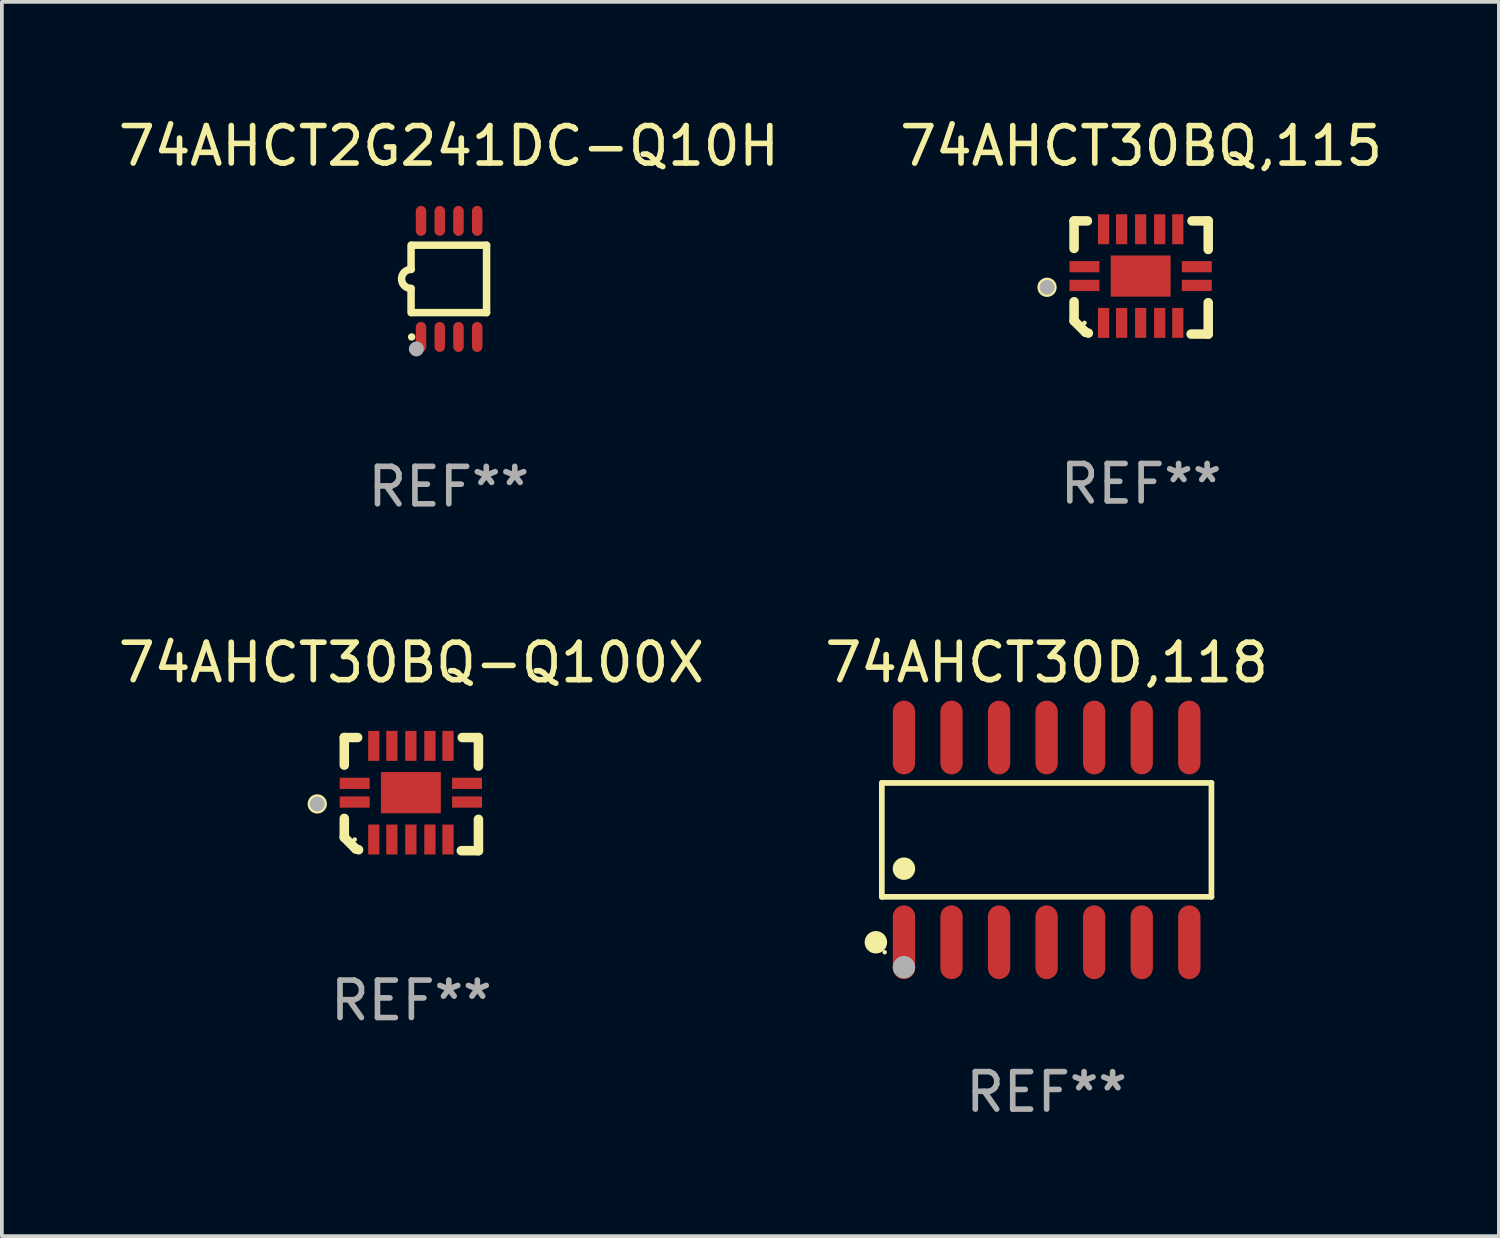
<source format=kicad_pcb>
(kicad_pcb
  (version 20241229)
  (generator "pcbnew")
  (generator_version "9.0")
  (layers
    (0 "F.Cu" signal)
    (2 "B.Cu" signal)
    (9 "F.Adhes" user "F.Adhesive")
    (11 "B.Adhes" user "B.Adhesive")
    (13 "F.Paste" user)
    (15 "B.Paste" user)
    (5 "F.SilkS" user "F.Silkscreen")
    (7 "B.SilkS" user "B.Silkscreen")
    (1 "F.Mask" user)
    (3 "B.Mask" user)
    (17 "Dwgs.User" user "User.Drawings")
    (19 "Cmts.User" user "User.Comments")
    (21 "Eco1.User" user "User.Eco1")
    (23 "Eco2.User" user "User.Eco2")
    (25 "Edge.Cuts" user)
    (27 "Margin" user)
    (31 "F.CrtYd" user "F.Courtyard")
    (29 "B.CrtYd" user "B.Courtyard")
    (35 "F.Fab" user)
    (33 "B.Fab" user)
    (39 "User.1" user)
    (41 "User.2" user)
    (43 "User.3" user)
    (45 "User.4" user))
  (footprint "74AHCT30BQ,115"
    (layer "F.Cu")
    (at 27.423 4.36)
    (property "Reference" "74AHCT30BQ,115" (at 0 -3.511 0) (layer "F.SilkS") (effects (font (size 1 1) (thickness 0.15))))
    (attr through_hole)
    (fp_line (start -1.791 -1.511) (end -1.435 -1.511) (stroke (width 0.254) (type solid)) (layer "F.SilkS"))
    (fp_line (start -1.791 -0.775) (end -1.791 -1.511) (stroke (width 0.254) (type solid)) (layer "F.SilkS"))
    (fp_line (start -1.791 1.156) (end -1.791 0.648) (stroke (width 0.254) (type solid)) (layer "F.SilkS"))
    (fp_line (start -1.486 1.461) (end -1.791 1.156) (stroke (width 0.254) (type solid)) (layer "F.SilkS"))
    (fp_line (start -1.41 1.486) (end -1.486 1.461) (stroke (width 0.254) (type solid)) (layer "F.SilkS"))
    (fp_line (start 1.334 1.511) (end 1.791 1.511) (stroke (width 0.254) (type solid)) (layer "F.SilkS"))
    (fp_line (start 1.791 -1.511) (end 1.359 -1.511) (stroke (width 0.254) (type solid)) (layer "F.SilkS"))
    (fp_line (start 1.791 -0.749) (end 1.791 -1.511) (stroke (width 0.254) (type solid)) (layer "F.SilkS"))
    (fp_line (start 1.791 1.511) (end 1.791 0.673) (stroke (width 0.254) (type solid)) (layer "F.SilkS"))
    (fp_circle (center -2.513 0.262) (end -2.383 0.262) (stroke (width 0.254) (type solid)) (fill no) (layer "F.SilkS"))
    (fp_circle (center -1.513 1.212) (end -1.483 1.212) (stroke (width 0.06) (type solid)) (fill no) (layer "F.SilkS"))
    (fp_circle (center -2.513 0.262) (end -2.413 0.262) (stroke (width 0.2) (type solid)) (fill no) (layer "F.Fab"))
    (fp_text user "REF**" (at 0 5.511 0) (layer "F.Fab") (effects (font (size 1 1) (thickness 0.15))))
    (pad "1" smd rect (at -1.513 0.212) (size 0.8 0.3) (layers "F.Cu" "F.Mask" "F.Paste"))
    (pad "2" smd rect (at -1.003 1.212) (size 0.3 0.8) (layers "F.Cu" "F.Mask" "F.Paste"))
    (pad "3" smd rect (at -0.521 1.212) (size 0.3 0.8) (layers "F.Cu" "F.Mask" "F.Paste"))
    (pad "4" smd rect (at -0.013 1.212) (size 0.3 0.8) (layers "F.Cu" "F.Mask" "F.Paste"))
    (pad "5" smd rect (at 0.495 1.212) (size 0.3 0.8) (layers "F.Cu" "F.Mask" "F.Paste"))
    (pad "6" smd rect (at 0.978 1.212) (size 0.3 0.8) (layers "F.Cu" "F.Mask" "F.Paste"))
    (pad "7" smd rect (at 1.487 0.212) (size 0.8 0.3) (layers "F.Cu" "F.Mask" "F.Paste"))
    (pad "8" smd rect (at 1.487 -0.288) (size 0.8 0.3) (layers "F.Cu" "F.Mask" "F.Paste"))
    (pad "9" smd rect (at 0.978 -1.288) (size 0.3 0.8) (layers "F.Cu" "F.Mask" "F.Paste"))
    (pad "10" smd rect (at 0.495 -1.288) (size 0.3 0.8) (layers "F.Cu" "F.Mask" "F.Paste"))
    (pad "11" smd rect (at -0.013 -1.288) (size 0.3 0.8) (layers "F.Cu" "F.Mask" "F.Paste"))
    (pad "12" smd rect (at -0.521 -1.288) (size 0.3 0.8) (layers "F.Cu" "F.Mask" "F.Paste"))
    (pad "13" smd rect (at -1.003 -1.288) (size 0.3 0.8) (layers "F.Cu" "F.Mask" "F.Paste"))
    (pad "14" smd rect (at -1.513 -0.288) (size 0.8 0.3) (layers "F.Cu" "F.Mask" "F.Paste"))
    (pad "15" smd rect (at -0.013 -0.038 90) (size 1.1 1.6) (layers "F.Cu" "F.Mask" "F.Paste")))
  (footprint "74AHCT30BQ-Q100X"
    (layer "F.Cu")
    (at 7.935 18.156)
    (property "Reference" "74AHCT30BQ-Q100X" (at 0 -3.511 0) (layer "F.SilkS") (effects (font (size 1 1) (thickness 0.15))))
    (attr through_hole)
    (fp_line (start -1.791 -1.511) (end -1.435 -1.511) (stroke (width 0.254) (type solid)) (layer "F.SilkS"))
    (fp_line (start -1.791 -0.775) (end -1.791 -1.511) (stroke (width 0.254) (type solid)) (layer "F.SilkS"))
    (fp_line (start -1.791 1.156) (end -1.791 0.648) (stroke (width 0.254) (type solid)) (layer "F.SilkS"))
    (fp_line (start -1.486 1.461) (end -1.791 1.156) (stroke (width 0.254) (type solid)) (layer "F.SilkS"))
    (fp_line (start -1.41 1.486) (end -1.486 1.461) (stroke (width 0.254) (type solid)) (layer "F.SilkS"))
    (fp_line (start 1.334 1.511) (end 1.791 1.511) (stroke (width 0.254) (type solid)) (layer "F.SilkS"))
    (fp_line (start 1.791 -1.511) (end 1.359 -1.511) (stroke (width 0.254) (type solid)) (layer "F.SilkS"))
    (fp_line (start 1.791 -0.749) (end 1.791 -1.511) (stroke (width 0.254) (type solid)) (layer "F.SilkS"))
    (fp_line (start 1.791 1.511) (end 1.791 0.673) (stroke (width 0.254) (type solid)) (layer "F.SilkS"))
    (fp_circle (center -2.513 0.262) (end -2.383 0.262) (stroke (width 0.254) (type solid)) (fill no) (layer "F.SilkS"))
    (fp_circle (center -1.513 1.212) (end -1.483 1.212) (stroke (width 0.06) (type solid)) (fill no) (layer "F.SilkS"))
    (fp_circle (center -2.513 0.262) (end -2.413 0.262) (stroke (width 0.2) (type solid)) (fill no) (layer "F.Fab"))
    (fp_text user "REF**" (at 0 5.511 0) (layer "F.Fab") (effects (font (size 1 1) (thickness 0.15))))
    (pad "1" smd rect (at -1.513 0.212) (size 0.8 0.3) (layers "F.Cu" "F.Mask" "F.Paste"))
    (pad "2" smd rect (at -1.003 1.212) (size 0.3 0.8) (layers "F.Cu" "F.Mask" "F.Paste"))
    (pad "3" smd rect (at -0.521 1.212) (size 0.3 0.8) (layers "F.Cu" "F.Mask" "F.Paste"))
    (pad "4" smd rect (at -0.013 1.212) (size 0.3 0.8) (layers "F.Cu" "F.Mask" "F.Paste"))
    (pad "5" smd rect (at 0.495 1.212) (size 0.3 0.8) (layers "F.Cu" "F.Mask" "F.Paste"))
    (pad "6" smd rect (at 0.978 1.212) (size 0.3 0.8) (layers "F.Cu" "F.Mask" "F.Paste"))
    (pad "7" smd rect (at 1.487 0.212) (size 0.8 0.3) (layers "F.Cu" "F.Mask" "F.Paste"))
    (pad "8" smd rect (at 1.487 -0.288) (size 0.8 0.3) (layers "F.Cu" "F.Mask" "F.Paste"))
    (pad "9" smd rect (at 0.978 -1.288) (size 0.3 0.8) (layers "F.Cu" "F.Mask" "F.Paste"))
    (pad "10" smd rect (at 0.495 -1.288) (size 0.3 0.8) (layers "F.Cu" "F.Mask" "F.Paste"))
    (pad "11" smd rect (at -0.013 -1.288) (size 0.3 0.8) (layers "F.Cu" "F.Mask" "F.Paste"))
    (pad "12" smd rect (at -0.521 -1.288) (size 0.3 0.8) (layers "F.Cu" "F.Mask" "F.Paste"))
    (pad "13" smd rect (at -1.003 -1.288) (size 0.3 0.8) (layers "F.Cu" "F.Mask" "F.Paste"))
    (pad "14" smd rect (at -1.513 -0.288) (size 0.8 0.3) (layers "F.Cu" "F.Mask" "F.Paste"))
    (pad "15" smd rect (at -0.013 -0.038 90) (size 1.1 1.6) (layers "F.Cu" "F.Mask" "F.Paste")))
  (footprint "74AHCT2G241DC-Q10H"
    (layer "F.Cu")
    (at 8.935 4.398)
    (property "Reference" "74AHCT2G241DC-Q10H" (at 0 -3.55 0) (layer "F.SilkS") (effects (font (size 1 1) (thickness 0.15))))
    (attr through_hole)
    (fp_line (start -1.008 -0.254) (end -1.008 -0.9) (stroke (width 0.2) (type solid)) (layer "F.SilkS"))
    (fp_line (start -1.008 0.254) (end -1.008 0.9) (stroke (width 0.2) (type solid)) (layer "F.SilkS"))
    (fp_line (start -0.992 0.9) (end 1.008 0.9) (stroke (width 0.2) (type solid)) (layer "F.SilkS"))
    (fp_line (start 1.008 -0.9) (end -0.992 -0.9) (stroke (width 0.2) (type solid)) (layer "F.SilkS"))
    (fp_line (start 1.008 0.9) (end 1.008 -0.9) (stroke (width 0.2) (type solid)) (layer "F.SilkS"))
    (fp_arc (start -1.008001 0.254001) (mid -1.262002 0) (end -1.008001 -0.254001) (stroke (width 0.2) (type solid)) (layer "F.SilkS"))
    (fp_circle (center -0.992 1.55) (end -0.942 1.55) (stroke (width 0.1) (type solid)) (fill no) (layer "F.SilkS"))
    (fp_circle (center -0.866 1.87) (end -0.766 1.87) (stroke (width 0.2) (type solid)) (fill no) (layer "F.Fab"))
    (fp_text user "REF**" (at 0 5.55 0) (layer "F.Fab") (effects (font (size 1 1) (thickness 0.15))))
    (pad "1" smd oval (at -0.742 1.55 270) (size 0.8 0.28) (layers "F.Cu" "F.Mask" "F.Paste"))
    (pad "2" smd oval (at -0.242 1.55 270) (size 0.8 0.28) (layers "F.Cu" "F.Mask" "F.Paste"))
    (pad "3" smd oval (at 0.258 1.55 270) (size 0.8 0.28) (layers "F.Cu" "F.Mask" "F.Paste"))
    (pad "4" smd oval (at 0.758 1.55 270) (size 0.8 0.28) (layers "F.Cu" "F.Mask" "F.Paste"))
    (pad "5" smd oval (at 0.758 -1.55 270) (size 0.8 0.28) (layers "F.Cu" "F.Mask" "F.Paste"))
    (pad "6" smd oval (at 0.258 -1.55 270) (size 0.8 0.28) (layers "F.Cu" "F.Mask" "F.Paste"))
    (pad "7" smd oval (at -0.242 -1.55 270) (size 0.8 0.28) (layers "F.Cu" "F.Mask" "F.Paste"))
    (pad "8" smd oval (at -0.742 -1.55 270) (size 0.8 0.28) (layers "F.Cu" "F.Mask" "F.Paste")))
  (footprint "74AHCT30D,118"
    (layer "F.Cu")
    (at 24.899 19.378)
    (property "Reference" "74AHCT30D,118" (at 0 -4.734 0) (layer "F.SilkS") (effects (font (size 1 1) (thickness 0.15))))
    (attr through_hole)
    (fp_line (start -4.401 -1.521) (end 4.401 -1.521) (stroke (width 0.152) (type solid)) (layer "F.SilkS"))
    (fp_line (start -4.401 1.521) (end -4.401 -1.521) (stroke (width 0.152) (type solid)) (layer "F.SilkS"))
    (fp_line (start 4.401 -1.521) (end 4.401 1.521) (stroke (width 0.152) (type solid)) (layer "F.SilkS"))
    (fp_line (start 4.401 1.521) (end -4.401 1.521) (stroke (width 0.152) (type solid)) (layer "F.SilkS"))
    (fp_circle (center -4.56 2.734) (end -4.41 2.734) (stroke (width 0.3) (type solid)) (fill no) (layer "F.SilkS"))
    (fp_circle (center -4.325 3) (end -4.295 3) (stroke (width 0.06) (type solid)) (fill no) (layer "F.SilkS"))
    (fp_circle (center -3.81 0.769) (end -3.66 0.769) (stroke (width 0.3) (type solid)) (fill no) (layer "F.SilkS"))
    (fp_circle (center -3.81 3.4) (end -3.66 3.4) (stroke (width 0.3) (type solid)) (fill no) (layer "F.Fab"))
    (fp_text user "REF**" (at 0 6.734 0) (layer "F.Fab") (effects (font (size 1 1) (thickness 0.15))))
    (pad "1" smd oval (at -3.81 2.734) (size 0.595 1.968) (layers "F.Cu" "F.Mask" "F.Paste"))
    (pad "2" smd oval (at -2.54 2.734) (size 0.595 1.968) (layers "F.Cu" "F.Mask" "F.Paste"))
    (pad "3" smd oval (at -1.27 2.734) (size 0.595 1.968) (layers "F.Cu" "F.Mask" "F.Paste"))
    (pad "4" smd oval (at 0 2.734) (size 0.595 1.968) (layers "F.Cu" "F.Mask" "F.Paste"))
    (pad "5" smd oval (at 1.27 2.734) (size 0.595 1.968) (layers "F.Cu" "F.Mask" "F.Paste"))
    (pad "6" smd oval (at 2.54 2.734) (size 0.595 1.968) (layers "F.Cu" "F.Mask" "F.Paste"))
    (pad "7" smd oval (at 3.81 2.734) (size 0.595 1.968) (layers "F.Cu" "F.Mask" "F.Paste"))
    (pad "8" smd oval (at 3.81 -2.734) (size 0.595 1.968) (layers "F.Cu" "F.Mask" "F.Paste"))
    (pad "9" smd oval (at 2.54 -2.734) (size 0.595 1.968) (layers "F.Cu" "F.Mask" "F.Paste"))
    (pad "10" smd oval (at 1.27 -2.734) (size 0.595 1.968) (layers "F.Cu" "F.Mask" "F.Paste"))
    (pad "11" smd oval (at 0 -2.734) (size 0.595 1.968) (layers "F.Cu" "F.Mask" "F.Paste"))
    (pad "12" smd oval (at -1.27 -2.734) (size 0.595 1.968) (layers "F.Cu" "F.Mask" "F.Paste"))
    (pad "13" smd oval (at -2.54 -2.734) (size 0.595 1.968) (layers "F.Cu" "F.Mask" "F.Paste"))
    (pad "14" smd oval (at -3.81 -2.734) (size 0.595 1.968) (layers "F.Cu" "F.Mask" "F.Paste")))
  (gr_rect
    (start -3 -3)
    (end 36.976 29.96)
    (stroke (width 0.1) (type default))
    (fill no)
    (layer "Edge.Cuts")))
</source>
